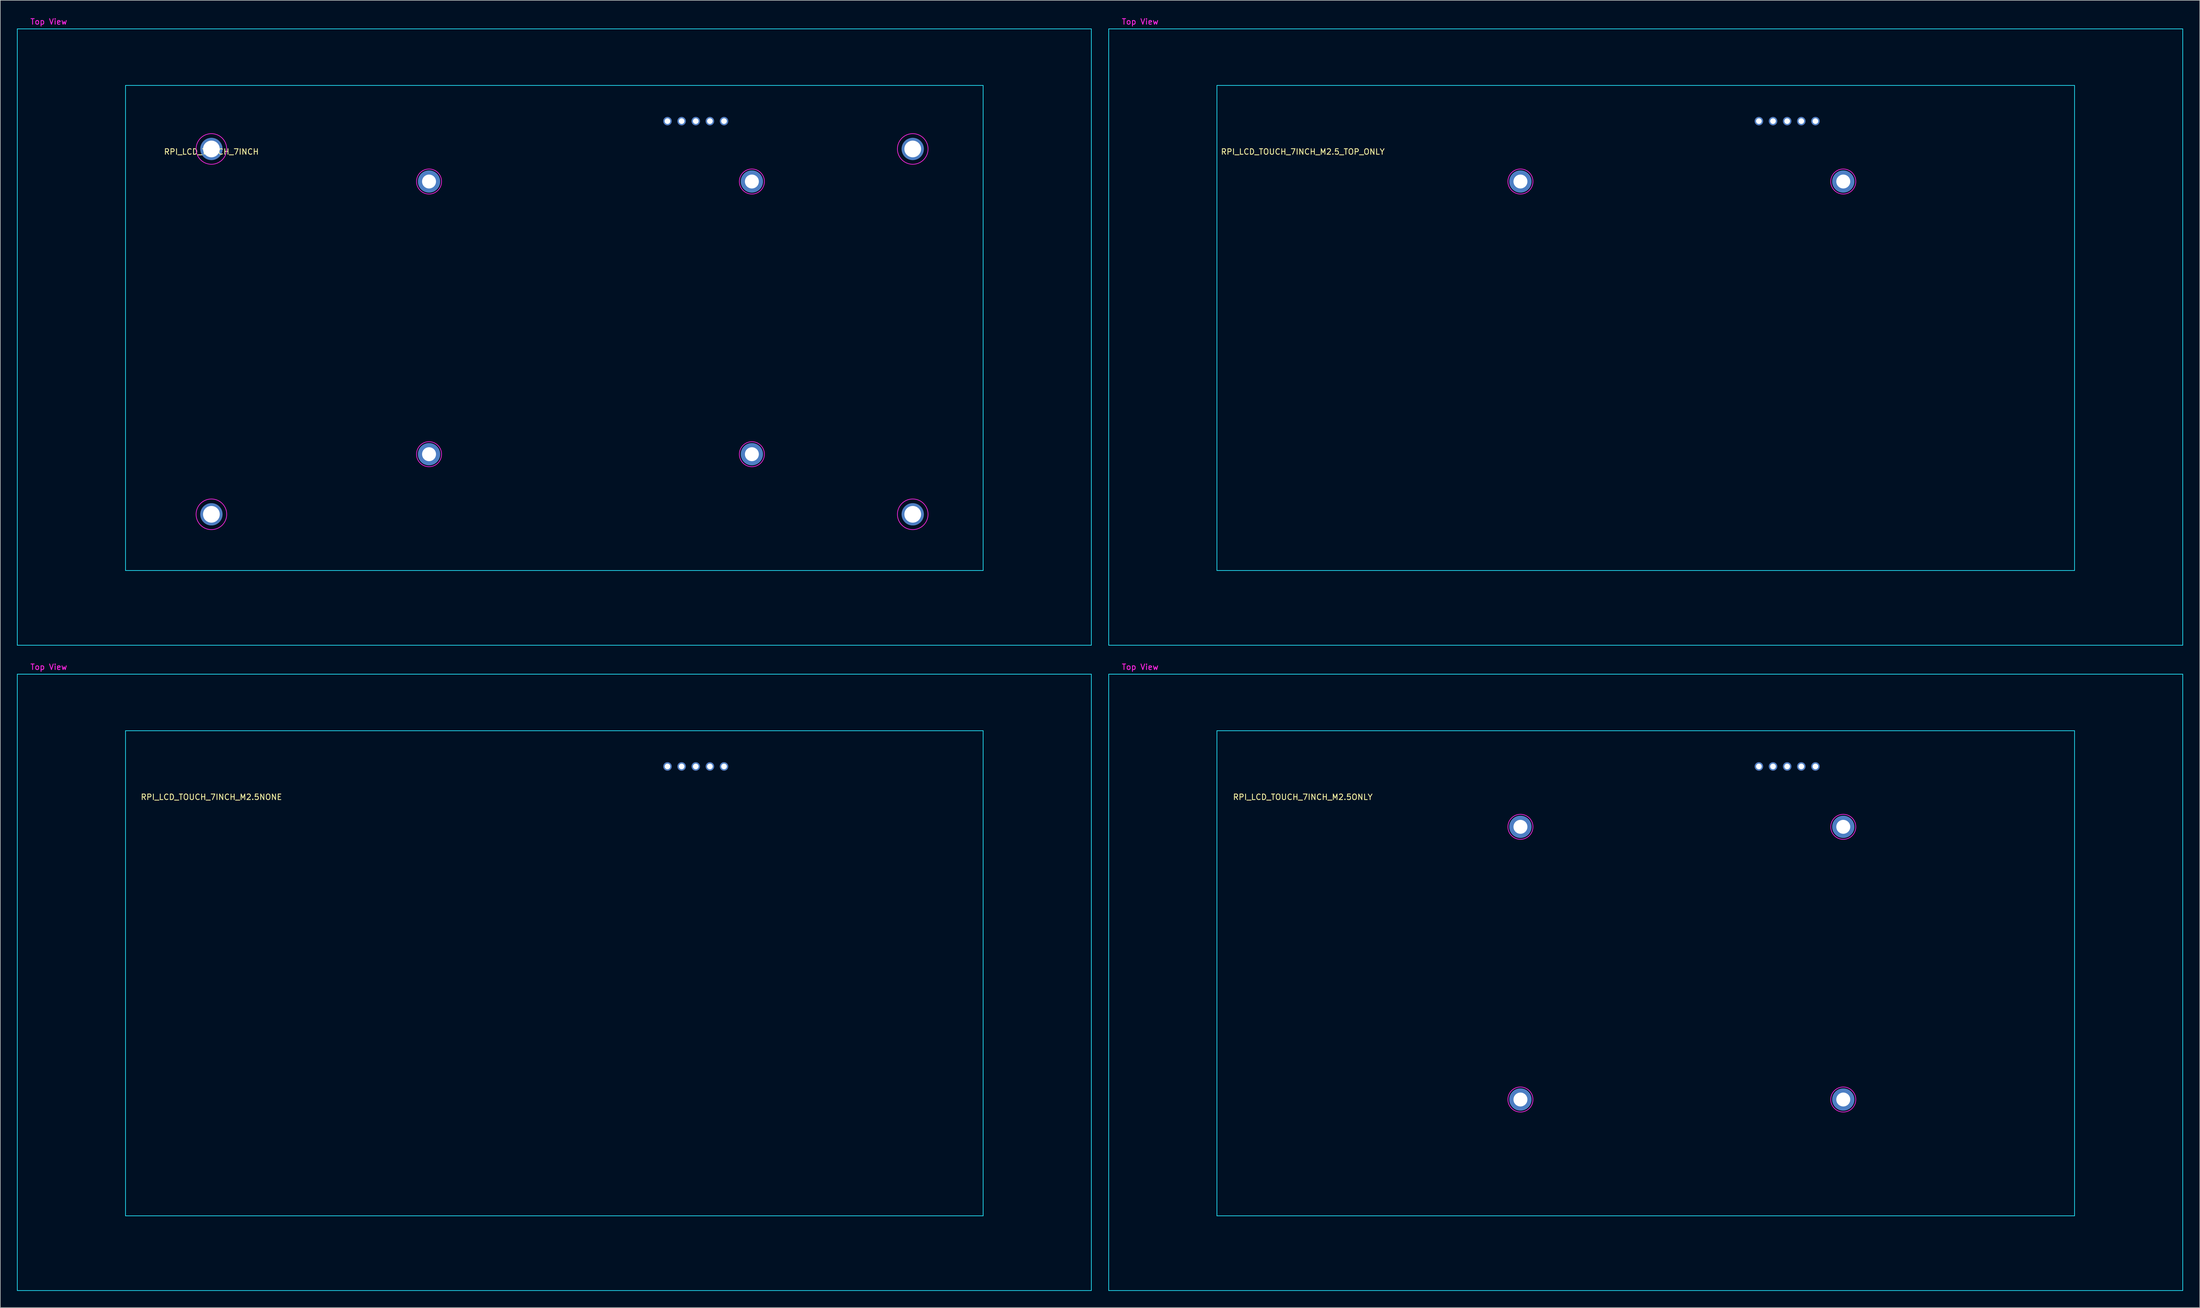
<source format=kicad_pcb>
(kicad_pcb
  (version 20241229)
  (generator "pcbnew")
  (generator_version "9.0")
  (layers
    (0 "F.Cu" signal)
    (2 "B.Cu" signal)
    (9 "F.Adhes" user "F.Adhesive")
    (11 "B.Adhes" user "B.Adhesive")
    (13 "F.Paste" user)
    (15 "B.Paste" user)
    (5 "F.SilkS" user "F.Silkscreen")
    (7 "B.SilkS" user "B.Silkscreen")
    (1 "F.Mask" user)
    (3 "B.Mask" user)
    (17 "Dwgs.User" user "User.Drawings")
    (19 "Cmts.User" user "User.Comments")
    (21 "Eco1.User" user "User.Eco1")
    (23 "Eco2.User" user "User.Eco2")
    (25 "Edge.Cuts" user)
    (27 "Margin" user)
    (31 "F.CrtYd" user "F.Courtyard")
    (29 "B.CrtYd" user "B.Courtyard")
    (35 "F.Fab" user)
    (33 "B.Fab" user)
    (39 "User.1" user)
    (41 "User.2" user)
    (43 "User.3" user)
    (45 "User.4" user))
  (footprint "RPI_LCD_TOUCH_7INCH"
    (layer "F.Cu")
    (at 34.93 23.718)
    (property "Reference" "RPI_LCD_TOUCH_7INCH" (at 0 0.5 0) (layer "F.SilkS") (effects (font (size 1 1) (thickness 0.15))))
    (attr through_hole)
    (fp_line (start -34.87 -21.58) (end 158.09 -21.58) (stroke (width 0.12) (type solid)) (layer "B.CrtYd"))
    (fp_line (start -34.87 89.18) (end -34.87 -21.58) (stroke (width 0.12) (type solid)) (layer "B.CrtYd"))
    (fp_line (start -15.43 -11.42) (end 138.65 -11.42) (stroke (width 0.12) (type solid)) (layer "B.CrtYd"))
    (fp_line (start -15.43 75.75) (end -15.43 -11.42) (stroke (width 0.12) (type solid)) (layer "B.CrtYd"))
    (fp_line (start 138.65 -11.42) (end 138.65 75.75) (stroke (width 0.12) (type solid)) (layer "B.CrtYd"))
    (fp_line (start 138.65 75.75) (end -15.43 75.75) (stroke (width 0.12) (type solid)) (layer "B.CrtYd"))
    (fp_line (start 158.09 -21.58) (end 158.09 89.18) (stroke (width 0.12) (type solid)) (layer "B.CrtYd"))
    (fp_line (start 158.09 89.18) (end -34.87 89.18) (stroke (width 0.12) (type solid)) (layer "B.CrtYd"))
    (fp_circle (center 0 0) (end 2.75 0) (stroke (width 0.12) (type solid)) (fill no) (layer "F.CrtYd"))
    (fp_circle (center 0 65.65) (end 2.75 65.65) (stroke (width 0.12) (type solid)) (fill no) (layer "F.CrtYd"))
    (fp_circle (center 39.1 5.85) (end 41.35 5.85) (stroke (width 0.12) (type solid)) (fill no) (layer "F.CrtYd"))
    (fp_circle (center 39.1 54.85) (end 41.35 54.85) (stroke (width 0.12) (type solid)) (fill no) (layer "F.CrtYd"))
    (fp_circle (center 97.1 5.85) (end 99.35 5.85) (stroke (width 0.12) (type solid)) (fill no) (layer "F.CrtYd"))
    (fp_circle (center 97.1 54.85) (end 99.35 54.85) (stroke (width 0.12) (type solid)) (fill no) (layer "F.CrtYd"))
    (fp_circle (center 126 0) (end 128.75 0) (stroke (width 0.12) (type solid)) (fill no) (layer "F.CrtYd"))
    (fp_circle (center 126 65.65) (end 128.75 65.65) (stroke (width 0.12) (type solid)) (fill no) (layer "F.CrtYd"))
    (fp_text user "Top View" (at -29.22 -22.87 0) (layer "F.CrtYd") (effects (font (size 1 1) (thickness 0.15))))
    (pad "1" thru_hole circle (at 92.1 -5) (size 1.524 1.524) (drill 1.016) (layers "*.Cu" "*.Mask"))
    (pad "2" thru_hole circle (at 89.56 -5) (size 1.524 1.524) (drill 1.016) (layers "*.Cu" "*.Mask"))
    (pad "3" thru_hole circle (at 87.02 -5) (size 1.524 1.524) (drill 1.016) (layers "*.Cu" "*.Mask"))
    (pad "4" thru_hole circle (at 84.48 -5) (size 1.524 1.524) (drill 1.016) (layers "*.Cu" "*.Mask"))
    (pad "5" thru_hole circle (at 81.94 -5) (size 1.524 1.524) (drill 1.016) (layers "*.Cu" "*.Mask"))
    (pad "6" thru_hole circle (at 126 0) (size 4 4) (drill 3) (layers "*.Cu" "*.Mask"))
    (pad "7" thru_hole circle (at 126 65.65) (size 4 4) (drill 3) (layers "*.Cu" "*.Mask"))
    (pad "8" thru_hole circle (at 0 65.65) (size 4 4) (drill 3) (layers "*.Cu" "*.Mask"))
    (pad "9" thru_hole circle (at 0 0) (size 4 4) (drill 3) (layers "*.Cu" "*.Mask"))
    (pad "10" thru_hole circle (at 97.1 5.85) (size 4 4) (drill 2.5) (layers "*.Cu" "*.Mask"))
    (pad "11" thru_hole circle (at 97.1 54.85) (size 4 4) (drill 2.5) (layers "*.Cu" "*.Mask"))
    (pad "12" thru_hole circle (at 39.1 54.85) (size 4 4) (drill 2.5) (layers "*.Cu" "*.Mask"))
    (pad "13" thru_hole circle (at 39.1 5.85) (size 4 4) (drill 2.5) (layers "*.Cu" "*.Mask")))
  (footprint "RPI_LCD_TOUCH_7INCH_M2.5ONLY"
    (layer "F.Cu")
    (at 231.01 139.677)
    (property "Reference" "RPI_LCD_TOUCH_7INCH_M2.5ONLY" (at 0 0.5 0) (layer "F.SilkS") (effects (font (size 1 1) (thickness 0.15))))
    (attr through_hole)
    (fp_line (start -34.87 -21.58) (end 158.09 -21.58) (stroke (width 0.12) (type solid)) (layer "B.CrtYd"))
    (fp_line (start -34.87 89.18) (end -34.87 -21.58) (stroke (width 0.12) (type solid)) (layer "B.CrtYd"))
    (fp_line (start -15.43 -11.42) (end 138.65 -11.42) (stroke (width 0.12) (type solid)) (layer "B.CrtYd"))
    (fp_line (start -15.43 75.75) (end -15.43 -11.42) (stroke (width 0.12) (type solid)) (layer "B.CrtYd"))
    (fp_line (start 138.65 -11.42) (end 138.65 75.75) (stroke (width 0.12) (type solid)) (layer "B.CrtYd"))
    (fp_line (start 138.65 75.75) (end -15.43 75.75) (stroke (width 0.12) (type solid)) (layer "B.CrtYd"))
    (fp_line (start 158.09 -21.58) (end 158.09 89.18) (stroke (width 0.12) (type solid)) (layer "B.CrtYd"))
    (fp_line (start 158.09 89.18) (end -34.87 89.18) (stroke (width 0.12) (type solid)) (layer "B.CrtYd"))
    (fp_circle (center 39.1 5.85) (end 41.35 5.85) (stroke (width 0.12) (type solid)) (fill no) (layer "F.CrtYd"))
    (fp_circle (center 39.1 54.85) (end 41.35 54.85) (stroke (width 0.12) (type solid)) (fill no) (layer "F.CrtYd"))
    (fp_circle (center 97.1 5.85) (end 99.35 5.85) (stroke (width 0.12) (type solid)) (fill no) (layer "F.CrtYd"))
    (fp_circle (center 97.1 54.85) (end 99.35 54.85) (stroke (width 0.12) (type solid)) (fill no) (layer "F.CrtYd"))
    (fp_text user "Top View" (at -29.22 -22.87 0) (layer "F.CrtYd") (effects (font (size 1 1) (thickness 0.15))))
    (pad "1" thru_hole circle (at 92.1 -5) (size 1.524 1.524) (drill 1.016) (layers "*.Cu" "*.Mask"))
    (pad "2" thru_hole circle (at 89.56 -5) (size 1.524 1.524) (drill 1.016) (layers "*.Cu" "*.Mask"))
    (pad "3" thru_hole circle (at 87.02 -5) (size 1.524 1.524) (drill 1.016) (layers "*.Cu" "*.Mask"))
    (pad "4" thru_hole circle (at 84.48 -5) (size 1.524 1.524) (drill 1.016) (layers "*.Cu" "*.Mask"))
    (pad "5" thru_hole circle (at 81.94 -5) (size 1.524 1.524) (drill 1.016) (layers "*.Cu" "*.Mask"))
    (pad "10" thru_hole circle (at 97.1 5.85) (size 4 4) (drill 2.5) (layers "*.Cu" "*.Mask"))
    (pad "11" thru_hole circle (at 97.1 54.85) (size 4 4) (drill 2.5) (layers "*.Cu" "*.Mask"))
    (pad "12" thru_hole circle (at 39.1 54.85) (size 4 4) (drill 2.5) (layers "*.Cu" "*.Mask"))
    (pad "13" thru_hole circle (at 39.1 5.85) (size 4 4) (drill 2.5) (layers "*.Cu" "*.Mask")))
  (footprint "RPI_LCD_TOUCH_7INCH_M2.5_TOP_ONLY"
    (layer "F.Cu")
    (at 231.01 23.718)
    (property "Reference" "RPI_LCD_TOUCH_7INCH_M2.5_TOP_ONLY" (at 0 0.5 0) (layer "F.SilkS") (effects (font (size 1 1) (thickness 0.15))))
    (attr through_hole)
    (fp_line (start -34.87 -21.58) (end 158.09 -21.58) (stroke (width 0.12) (type solid)) (layer "B.CrtYd"))
    (fp_line (start -34.87 89.18) (end -34.87 -21.58) (stroke (width 0.12) (type solid)) (layer "B.CrtYd"))
    (fp_line (start -15.43 -11.42) (end 138.65 -11.42) (stroke (width 0.12) (type solid)) (layer "B.CrtYd"))
    (fp_line (start -15.43 75.75) (end -15.43 -11.42) (stroke (width 0.12) (type solid)) (layer "B.CrtYd"))
    (fp_line (start 138.65 -11.42) (end 138.65 75.75) (stroke (width 0.12) (type solid)) (layer "B.CrtYd"))
    (fp_line (start 138.65 75.75) (end -15.43 75.75) (stroke (width 0.12) (type solid)) (layer "B.CrtYd"))
    (fp_line (start 158.09 -21.58) (end 158.09 89.18) (stroke (width 0.12) (type solid)) (layer "B.CrtYd"))
    (fp_line (start 158.09 89.18) (end -34.87 89.18) (stroke (width 0.12) (type solid)) (layer "B.CrtYd"))
    (fp_circle (center 39.1 5.85) (end 41.35 5.85) (stroke (width 0.12) (type solid)) (fill no) (layer "F.CrtYd"))
    (fp_circle (center 97.1 5.85) (end 99.35 5.85) (stroke (width 0.12) (type solid)) (fill no) (layer "F.CrtYd"))
    (fp_text user "Top View" (at -29.22 -22.87 0) (layer "F.CrtYd") (effects (font (size 1 1) (thickness 0.15))))
    (pad "1" thru_hole circle (at 92.1 -5) (size 1.524 1.524) (drill 1.016) (layers "*.Cu" "*.Mask"))
    (pad "2" thru_hole circle (at 89.56 -5) (size 1.524 1.524) (drill 1.016) (layers "*.Cu" "*.Mask"))
    (pad "3" thru_hole circle (at 87.02 -5) (size 1.524 1.524) (drill 1.016) (layers "*.Cu" "*.Mask"))
    (pad "4" thru_hole circle (at 84.48 -5) (size 1.524 1.524) (drill 1.016) (layers "*.Cu" "*.Mask"))
    (pad "5" thru_hole circle (at 81.94 -5) (size 1.524 1.524) (drill 1.016) (layers "*.Cu" "*.Mask"))
    (pad "10" thru_hole circle (at 97.1 5.85) (size 4 4) (drill 2.5) (layers "*.Cu" "*.Mask"))
    (pad "13" thru_hole circle (at 39.1 5.85) (size 4 4) (drill 2.5) (layers "*.Cu" "*.Mask")))
  (footprint "RPI_LCD_TOUCH_7INCH_M2.5NONE"
    (layer "F.Cu")
    (at 34.93 139.677)
    (property "Reference" "RPI_LCD_TOUCH_7INCH_M2.5NONE" (at 0 0.5 0) (layer "F.SilkS") (effects (font (size 1 1) (thickness 0.15))))
    (attr through_hole)
    (fp_line (start -34.87 -21.58) (end 158.09 -21.58) (stroke (width 0.12) (type solid)) (layer "B.CrtYd"))
    (fp_line (start -34.87 89.18) (end -34.87 -21.58) (stroke (width 0.12) (type solid)) (layer "B.CrtYd"))
    (fp_line (start -15.43 -11.42) (end 138.65 -11.42) (stroke (width 0.12) (type solid)) (layer "B.CrtYd"))
    (fp_line (start -15.43 75.75) (end -15.43 -11.42) (stroke (width 0.12) (type solid)) (layer "B.CrtYd"))
    (fp_line (start 138.65 -11.42) (end 138.65 75.75) (stroke (width 0.12) (type solid)) (layer "B.CrtYd"))
    (fp_line (start 138.65 75.75) (end -15.43 75.75) (stroke (width 0.12) (type solid)) (layer "B.CrtYd"))
    (fp_line (start 158.09 -21.58) (end 158.09 89.18) (stroke (width 0.12) (type solid)) (layer "B.CrtYd"))
    (fp_line (start 158.09 89.18) (end -34.87 89.18) (stroke (width 0.12) (type solid)) (layer "B.CrtYd"))
    (fp_text user "Top View" (at -29.22 -22.87 0) (layer "F.CrtYd") (effects (font (size 1 1) (thickness 0.15))))
    (pad "1" thru_hole circle (at 92.1 -5) (size 1.524 1.524) (drill 1.016) (layers "*.Cu" "*.Mask"))
    (pad "2" thru_hole circle (at 89.56 -5) (size 1.524 1.524) (drill 1.016) (layers "*.Cu" "*.Mask"))
    (pad "3" thru_hole circle (at 87.02 -5) (size 1.524 1.524) (drill 1.016) (layers "*.Cu" "*.Mask"))
    (pad "4" thru_hole circle (at 84.48 -5) (size 1.524 1.524) (drill 1.016) (layers "*.Cu" "*.Mask"))
    (pad "5" thru_hole circle (at 81.94 -5) (size 1.524 1.524) (drill 1.016) (layers "*.Cu" "*.Mask")))
  (gr_rect
    (start -3 -3)
    (end 392.16 231.917)
    (stroke (width 0.1) (type default))
    (fill no)
    (layer "Edge.Cuts")))
</source>
